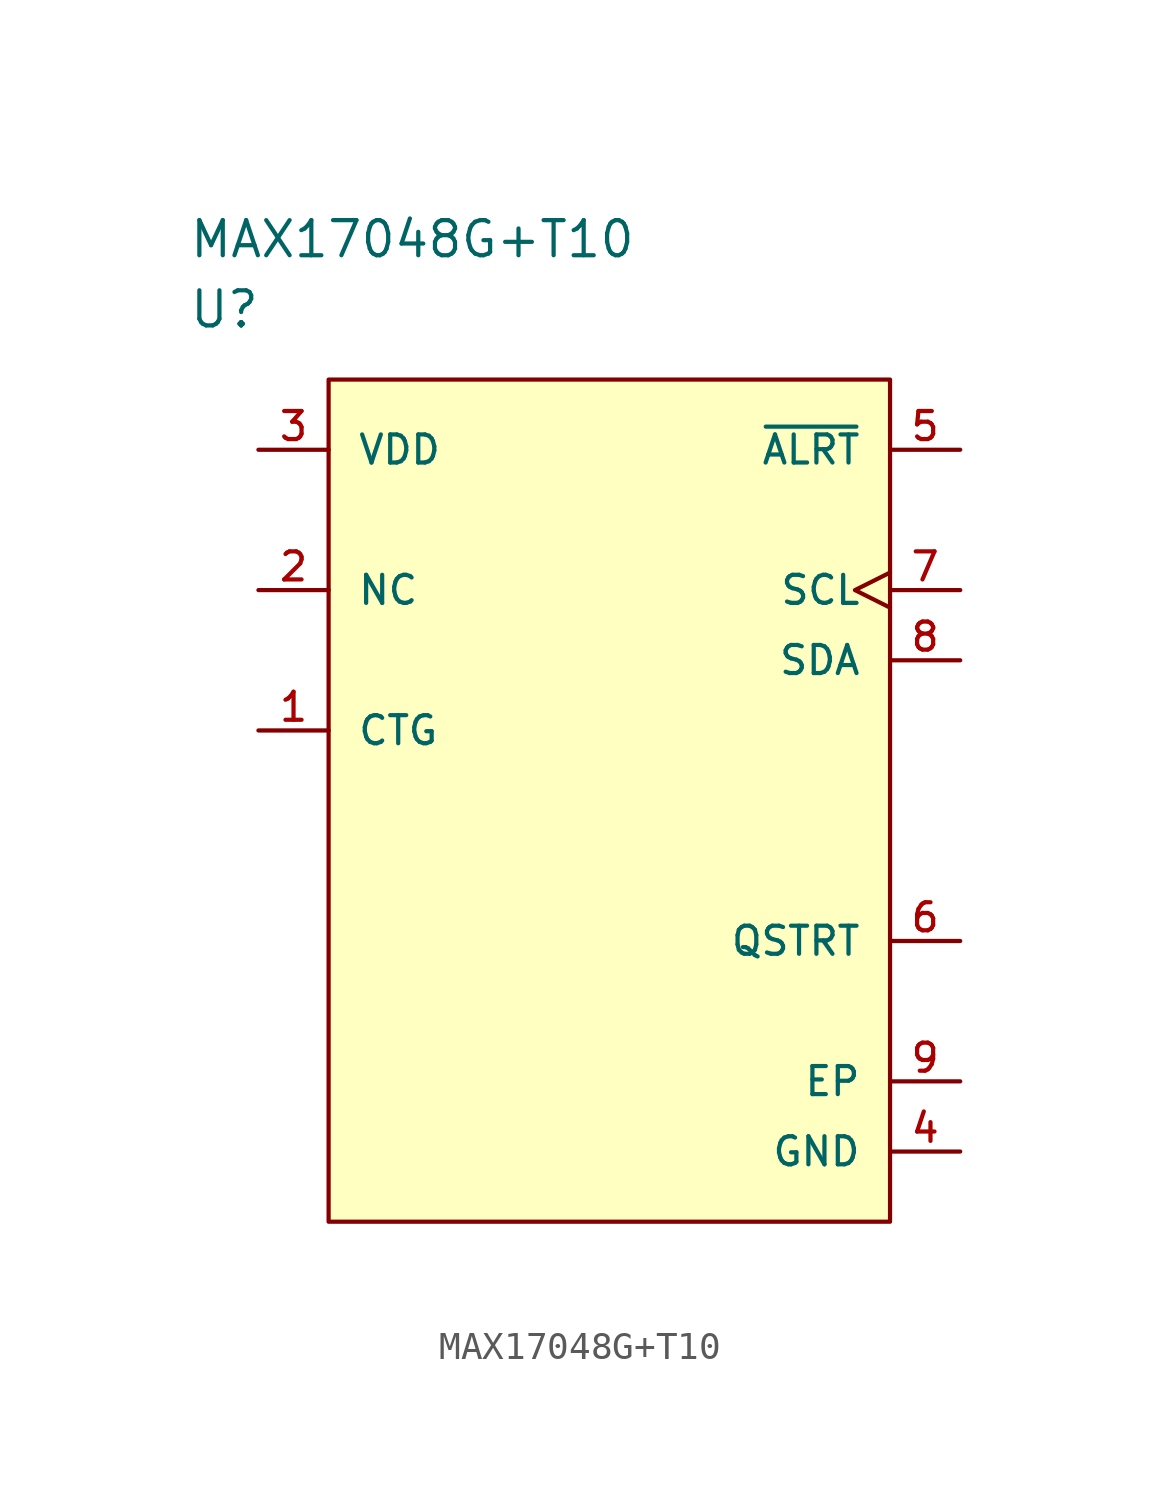
<source format=kicad_sym>
(kicad_symbol_lib
  (version 20211014)
  (generator kicad_symbol_editor)
  (symbol "MAX17048G+T10"
    (pin_names
      (offset 1.016))
    (property "Reference" "U"
      (at 0 5.08 0)
      (effects (font (size 1.27 1.27)) (justify left)))
    (property "Value" "MAX17048G+T10"
      (at 0 7.62 0)
      (effects (font (size 1.27 1.27)) (justify left)))
    (property "ki_locked" ""
      (at 0 0 0)
      (effects (font (size 1.27 1.27))))
    (symbol "MAX17048G+T10_1_1"
      (rectangle (start 5.08 2.54) (end 25.4 -27.94) (stroke (width 0) (type default) (color 0 0 0 0)) (fill (type background)))
      (pin power_in line (at 2.54 -10.16 0) (length 2.54) (name "CTG" (effects (font (size 1.016 1.016)))) (number "1" (effects (font (size 1.016 1.016)))))
      (pin passive line (at 2.54 -5.08 0) (length 2.54) (name "NC" (effects (font (size 1.016 1.016)))) (number "2" (effects (font (size 1.016 1.016)))))
      (pin power_in line (at 2.54 0 0) (length 2.54) (name "VDD" (effects (font (size 1.016 1.016)))) (number "3" (effects (font (size 1.016 1.016)))))
      (pin power_in line (at 27.94 -25.4 180) (length 2.54) (name "GND" (effects (font (size 1.016 1.016)))) (number "4" (effects (font (size 1.016 1.016)))))
      (pin output line (at 27.94 0 180) (length 2.54) (name "~{ALRT}" (effects (font (size 1.016 1.016)))) (number "5" (effects (font (size 1.016 1.016)))))
      (pin input line (at 27.94 -17.78 180) (length 2.54) (name "QSTRT" (effects (font (size 1.016 1.016)))) (number "6" (effects (font (size 1.016 1.016)))))
      (pin input clock (at 27.94 -5.08 180) (length 2.54) (name "SCL" (effects (font (size 1.016 1.016)))) (number "7" (effects (font (size 1.016 1.016)))))
      (pin bidirectional line (at 27.94 -7.62 180) (length 2.54) (name "SDA" (effects (font (size 1.016 1.016)))) (number "8" (effects (font (size 1.016 1.016)))))
      (pin power_in line (at 27.94 -22.86 180) (length 2.54) (name "EP" (effects (font (size 1.016 1.016)))) (number "9" (effects (font (size 1.016 1.016))))))))
</source>
